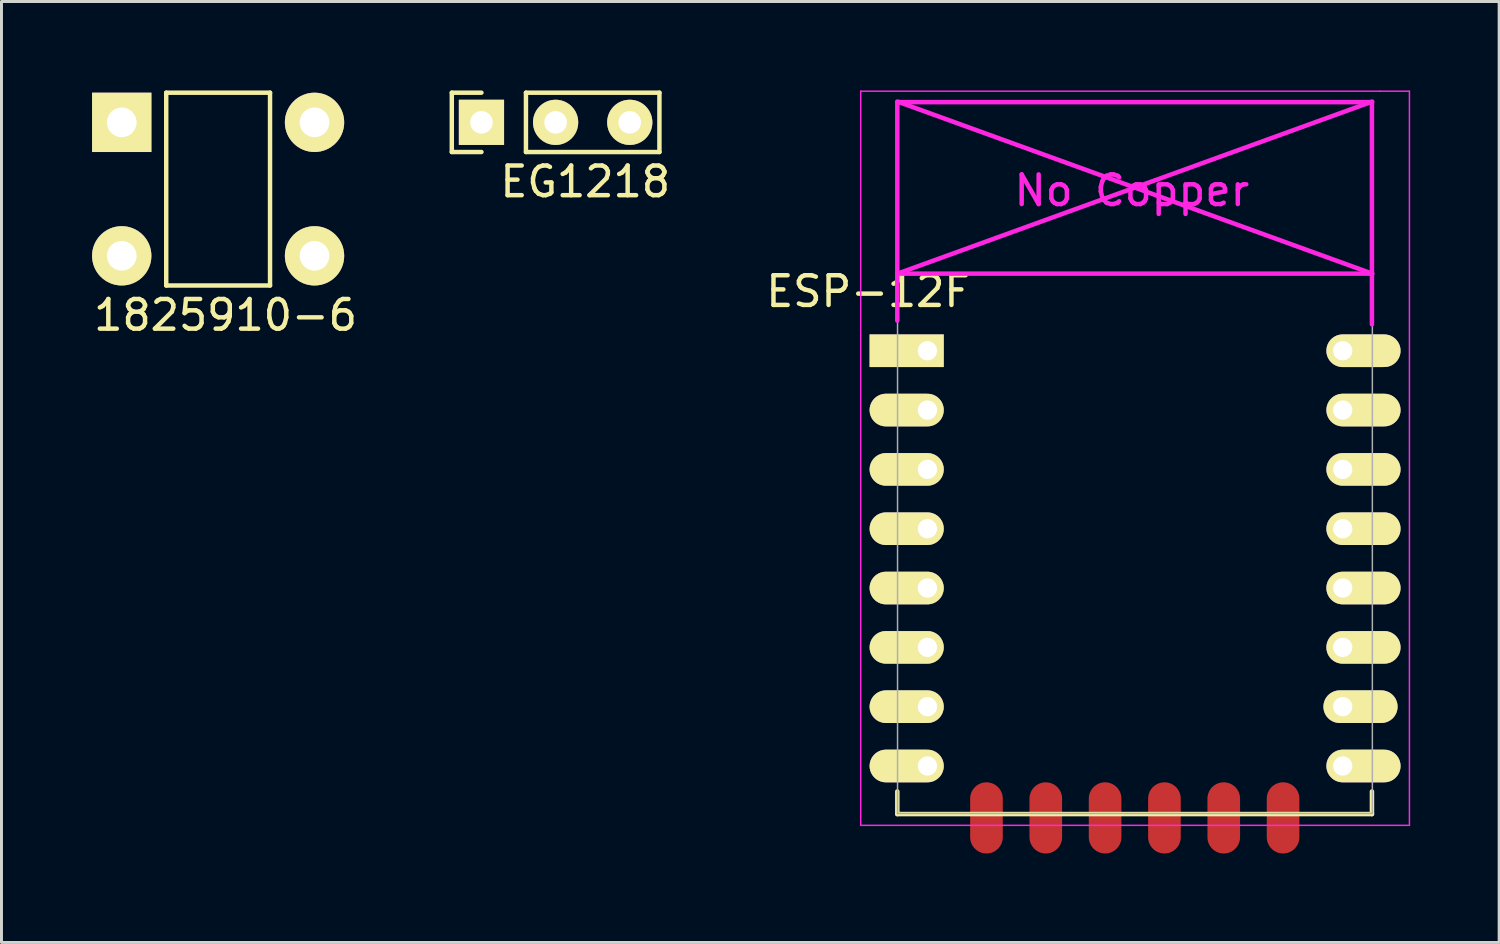
<source format=kicad_pcb>
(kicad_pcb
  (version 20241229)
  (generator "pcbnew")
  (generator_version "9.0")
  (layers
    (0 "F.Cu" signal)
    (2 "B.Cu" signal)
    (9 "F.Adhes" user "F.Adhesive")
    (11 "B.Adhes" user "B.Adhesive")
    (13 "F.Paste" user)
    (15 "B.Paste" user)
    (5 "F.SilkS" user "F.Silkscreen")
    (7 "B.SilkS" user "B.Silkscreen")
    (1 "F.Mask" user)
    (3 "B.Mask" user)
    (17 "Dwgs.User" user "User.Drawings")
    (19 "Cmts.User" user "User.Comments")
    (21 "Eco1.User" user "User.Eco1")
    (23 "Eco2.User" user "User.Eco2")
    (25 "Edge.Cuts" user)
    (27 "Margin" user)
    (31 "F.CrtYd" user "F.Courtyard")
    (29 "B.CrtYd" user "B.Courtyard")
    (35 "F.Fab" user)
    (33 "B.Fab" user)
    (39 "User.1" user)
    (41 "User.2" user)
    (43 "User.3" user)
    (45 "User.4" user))
  (footprint "EG1218"
    (layer "F.Cu")
    (at 13.182 1.075)
    (property "Reference" "EG1218" (at 3.5 2 0) (layer "F.SilkS") (effects (font (size 1 1) (thickness 0.15))))
    (attr through_hole)
    (fp_line (start -1 -1) (end -1 1) (stroke (width 0.15) (type solid)) (layer "F.SilkS"))
    (fp_line (start -1 1) (end 0 1) (stroke (width 0.15) (type solid)) (layer "F.SilkS"))
    (fp_line (start 0 -1) (end -1 -1) (stroke (width 0.15) (type solid)) (layer "F.SilkS"))
    (fp_line (start 1.5 -1) (end 6 -1) (stroke (width 0.15) (type solid)) (layer "F.SilkS"))
    (fp_line (start 1.5 1) (end 1.5 -1) (stroke (width 0.15) (type solid)) (layer "F.SilkS"))
    (fp_line (start 6 -1) (end 6 1) (stroke (width 0.15) (type solid)) (layer "F.SilkS"))
    (fp_line (start 6 1) (end 1.5 1) (stroke (width 0.15) (type solid)) (layer "F.SilkS"))
    (pad "1" thru_hole rect (at 0 0) (size 1.524 1.524) (drill 0.762) (layers "*.Cu" "*.Mask" "F.SilkS"))
    (pad "2" thru_hole circle (at 2.5 0) (size 1.524 1.524) (drill 0.762) (layers "*.Cu" "*.Mask" "F.SilkS"))
    (pad "3" thru_hole circle (at 5 0) (size 1.524 1.524) (drill 0.762) (layers "*.Cu" "*.Mask" "F.SilkS")))
  (footprint "1825910-6"
    (layer "F.Cu")
    (at 1.054 1.075)
    (property "Reference" "1825910-6" (at 3.5 6.5 0) (layer "F.SilkS") (effects (font (size 1 1) (thickness 0.15))))
    (attr through_hole)
    (fp_line (start 1.5 -1) (end 5 -1) (stroke (width 0.15) (type solid)) (layer "F.SilkS"))
    (fp_line (start 1.5 5.5) (end 1.5 -1) (stroke (width 0.15) (type solid)) (layer "F.SilkS"))
    (fp_line (start 5 -1) (end 5 5.5) (stroke (width 0.15) (type solid)) (layer "F.SilkS"))
    (fp_line (start 5 5.5) (end 1.5 5.5) (stroke (width 0.15) (type solid)) (layer "F.SilkS"))
    (pad "1" thru_hole rect (at 0 0) (size 2 2) (drill 1) (layers "*.Cu" "*.Mask" "F.SilkS"))
    (pad "2" thru_hole circle (at 0 4.5) (size 2 2) (drill 1) (layers "*.Cu" "*.Mask" "F.SilkS"))
    (pad "3" thru_hole circle (at 6.5 4.5) (size 2 2) (drill 1) (layers "*.Cu" "*.Mask" "F.SilkS"))
    (pad "4" thru_hole circle (at 6.5 0) (size 2 2) (drill 1) (layers "*.Cu" "*.Mask" "F.SilkS")))
  (footprint "ESP-12F"
    (layer "F.Cu")
    (at 28.218 8.775)
    (property "Reference" "ESP-12F" (at -2 -2 0) (layer "F.SilkS") (effects (font (size 1 1) (thickness 0.15))))
    (attr through_hole)
    (fp_line (start -1.016 14.859) (end -1.016 15.621) (stroke (width 0.152) (type solid)) (layer "F.SilkS"))
    (fp_line (start -1.016 15.621) (end 14.986 15.621) (stroke (width 0.152) (type solid)) (layer "F.SilkS"))
    (fp_line (start 14.986 15.621) (end 14.986 14.859) (stroke (width 0.152) (type solid)) (layer "F.SilkS"))
    (fp_line (start -2.25 -8.75) (end 15.25 -8.75) (stroke (width 0.05) (type solid)) (layer "F.CrtYd"))
    (fp_line (start -2.25 -0.5) (end -2.25 -8.75) (stroke (width 0.05) (type solid)) (layer "F.CrtYd"))
    (fp_line (start -2.25 16) (end -2.25 -0.5) (stroke (width 0.05) (type solid)) (layer "F.CrtYd"))
    (fp_line (start -1.016 -8.382) (end -1.016 -1.016) (stroke (width 0.152) (type solid)) (layer "F.CrtYd"))
    (fp_line (start -1.016 -8.382) (end 14.986 -8.382) (stroke (width 0.152) (type solid)) (layer "F.CrtYd"))
    (fp_line (start -1.008 -8.4) (end 14.992 -2.6) (stroke (width 0.152) (type solid)) (layer "F.CrtYd"))
    (fp_line (start -1.008 -2.6) (end 14.992 -2.6) (stroke (width 0.152) (type solid)) (layer "F.CrtYd"))
    (fp_line (start 14.986 -8.382) (end 14.986 -0.889) (stroke (width 0.152) (type solid)) (layer "F.CrtYd"))
    (fp_line (start 14.992 -8.4) (end -1.008 -2.6) (stroke (width 0.152) (type solid)) (layer "F.CrtYd"))
    (fp_line (start 15.25 -8.75) (end 16.25 -8.75) (stroke (width 0.05) (type solid)) (layer "F.CrtYd"))
    (fp_line (start 16.25 -8.75) (end 16.25 16) (stroke (width 0.05) (type solid)) (layer "F.CrtYd"))
    (fp_line (start 16.25 16) (end -2.25 16) (stroke (width 0.05) (type solid)) (layer "F.CrtYd"))
    (fp_line (start -1.008 -8.4) (end 14.992 -8.4) (stroke (width 0.05) (type solid)) (layer "F.Fab"))
    (fp_line (start -1.008 15.6) (end -1.008 -8.4) (stroke (width 0.05) (type solid)) (layer "F.Fab"))
    (fp_line (start 14.992 15.6) (end -1.008 15.6) (stroke (width 0.05) (type solid)) (layer "F.Fab"))
    (fp_line (start 15 -8.4) (end 15 15.6) (stroke (width 0.05) (type solid)) (layer "F.Fab"))
    (fp_text user "No Copper" (at 6.892 -5.4 0) (layer "F.CrtYd") (effects (font (size 1 1) (thickness 0.15))))
    (pad "1" thru_hole rect (at 0 0) (size 2.5 1.1) (drill 0.65 (offset -0.7 0)) (layers "*.Cu" "*.Mask" "F.SilkS"))
    (pad "2" thru_hole oval (at 0 2) (size 2.5 1.1) (drill 0.65 (offset -0.7 0)) (layers "*.Cu" "*.Mask" "F.SilkS"))
    (pad "3" thru_hole oval (at 0 4) (size 2.5 1.1) (drill 0.65 (offset -0.7 0)) (layers "*.Cu" "*.Mask" "F.SilkS"))
    (pad "4" thru_hole oval (at 0 6) (size 2.5 1.1) (drill 0.65 (offset -0.7 0)) (layers "*.Cu" "*.Mask" "F.SilkS"))
    (pad "5" thru_hole oval (at 0 8) (size 2.5 1.1) (drill 0.65 (offset -0.7 0)) (layers "*.Cu" "*.Mask" "F.SilkS"))
    (pad "6" thru_hole oval (at 0 10) (size 2.5 1.1) (drill 0.65 (offset -0.7 0)) (layers "*.Cu" "*.Mask" "F.SilkS"))
    (pad "7" thru_hole oval (at 0 12) (size 2.5 1.1) (drill 0.65 (offset -0.7 0)) (layers "*.Cu" "*.Mask" "F.SilkS"))
    (pad "8" thru_hole oval (at 0 14) (size 2.5 1.1) (drill 0.65 (offset -0.7 0)) (layers "*.Cu" "*.Mask" "F.SilkS"))
    (pad "9" smd oval (at 1.99 15.75 90) (size 2.4 1.1) (layers "F.Cu" "F.Mask" "F.Paste"))
    (pad "10" smd oval (at 3.99 15.75 90) (size 2.4 1.1) (layers "F.Cu" "F.Mask" "F.Paste"))
    (pad "11" smd oval (at 5.99 15.75 90) (size 2.4 1.1) (layers "F.Cu" "F.Mask" "F.Paste"))
    (pad "12" smd oval (at 7.99 15.75 90) (size 2.4 1.1) (layers "F.Cu" "F.Mask" "F.Paste"))
    (pad "13" smd oval (at 9.99 15.75 90) (size 2.4 1.1) (layers "F.Cu" "F.Mask" "F.Paste"))
    (pad "14" smd oval (at 11.99 15.75 90) (size 2.4 1.1) (layers "F.Cu" "F.Mask" "F.Paste"))
    (pad "15" thru_hole oval (at 14 14) (size 2.5 1.1) (drill 0.65 (offset 0.7 0)) (layers "*.Cu" "*.Mask" "F.SilkS"))
    (pad "16" thru_hole oval (at 14 12) (size 2.5 1.1) (drill 0.65 (offset 0.6 0)) (layers "*.Cu" "*.Mask" "F.SilkS"))
    (pad "17" thru_hole oval (at 14 10) (size 2.5 1.1) (drill 0.65 (offset 0.7 0)) (layers "*.Cu" "*.Mask" "F.SilkS"))
    (pad "18" thru_hole oval (at 14 8) (size 2.5 1.1) (drill 0.65 (offset 0.7 0)) (layers "*.Cu" "*.Mask" "F.SilkS"))
    (pad "19" thru_hole oval (at 14 6) (size 2.5 1.1) (drill 0.65 (offset 0.7 0)) (layers "*.Cu" "*.Mask" "F.SilkS"))
    (pad "20" thru_hole oval (at 14 4) (size 2.5 1.1) (drill 0.65 (offset 0.7 0)) (layers "*.Cu" "*.Mask" "F.SilkS"))
    (pad "21" thru_hole oval (at 14 2) (size 2.5 1.1) (drill 0.65 (offset 0.7 0)) (layers "*.Cu" "*.Mask" "F.SilkS"))
    (pad "22" thru_hole oval (at 14 0) (size 2.5 1.1) (drill 0.65 (offset 0.7 0)) (layers "*.Cu" "*.Mask" "F.SilkS")))
  (gr_rect
    (start -3 -3)
    (end 47.493 28.725)
    (stroke (width 0.1) (type default))
    (fill no)
    (layer "Edge.Cuts")))
</source>
